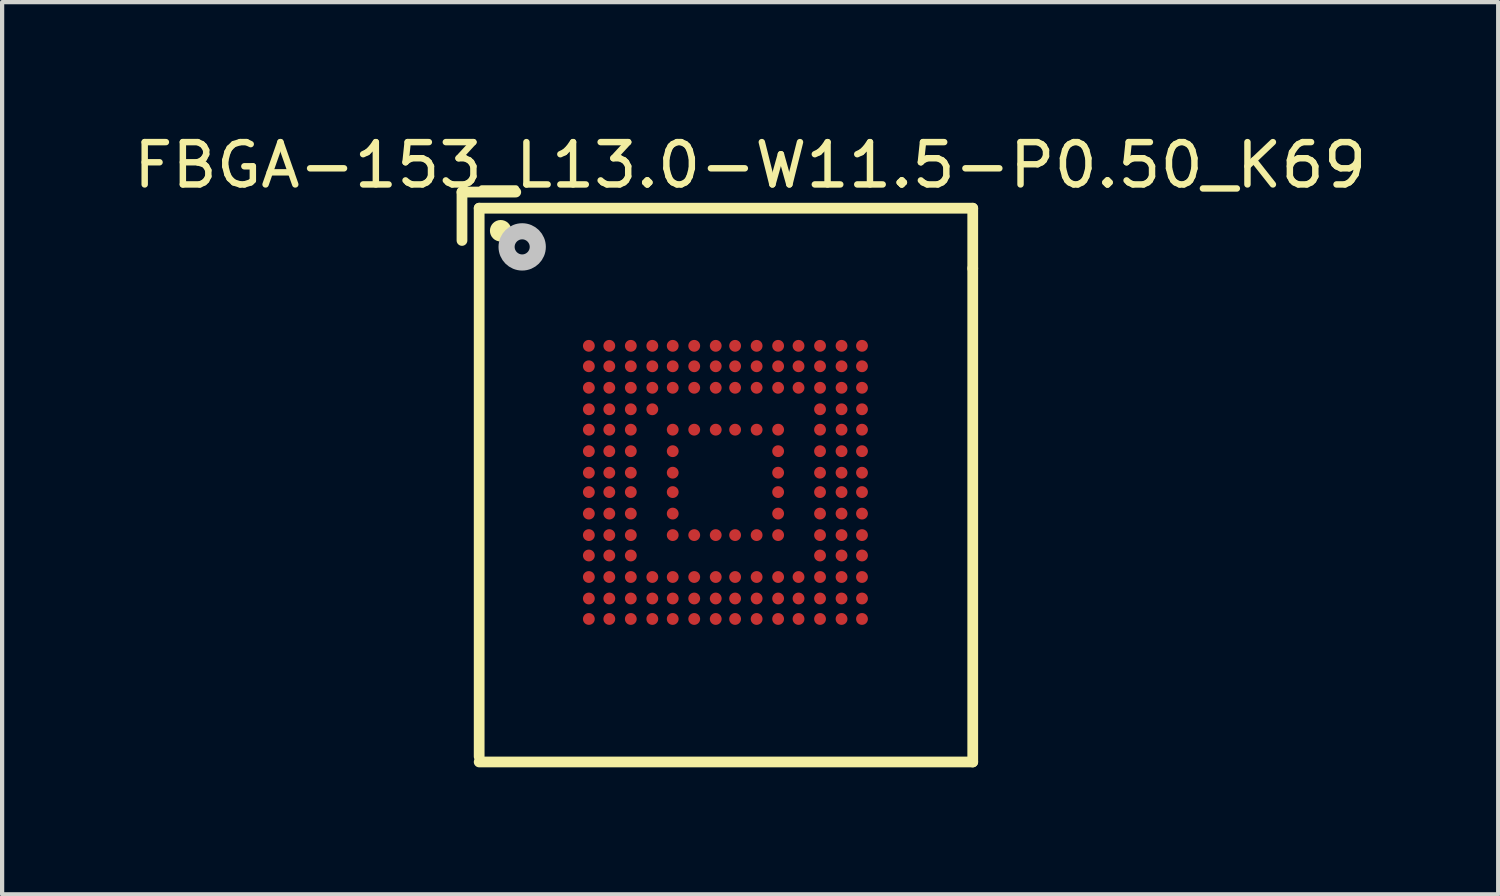
<source format=kicad_pcb>
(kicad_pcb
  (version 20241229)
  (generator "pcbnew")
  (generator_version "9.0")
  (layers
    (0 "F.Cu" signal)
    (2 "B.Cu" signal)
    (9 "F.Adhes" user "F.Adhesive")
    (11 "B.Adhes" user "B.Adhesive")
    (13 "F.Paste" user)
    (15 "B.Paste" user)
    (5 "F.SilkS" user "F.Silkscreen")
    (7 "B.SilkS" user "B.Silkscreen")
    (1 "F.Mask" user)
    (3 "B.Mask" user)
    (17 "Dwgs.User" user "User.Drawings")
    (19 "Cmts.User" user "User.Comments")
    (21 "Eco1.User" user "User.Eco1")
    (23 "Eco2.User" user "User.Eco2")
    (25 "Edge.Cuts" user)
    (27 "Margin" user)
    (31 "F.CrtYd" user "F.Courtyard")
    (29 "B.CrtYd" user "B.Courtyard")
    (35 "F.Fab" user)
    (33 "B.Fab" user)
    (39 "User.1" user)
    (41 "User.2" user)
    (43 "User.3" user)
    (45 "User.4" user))
  (footprint "FBGA-153_L13.0-W11.5-P0.50_K69"
    (layer "F.Cu")
    (at 14.086 8.345)
    (property "Reference" "FBGA-153_L13.0-W11.5-P0.50_K69" (at 0.584 -7.493 0) (unlocked yes) (layer "F.SilkS") (effects (font (size 1 1.052) (thickness 0.152))))
    (attr smd)
    (fp_line (start -6.223 -6.858) (end -4.953 -6.858) (stroke (width 0.254) (type solid)) (layer "F.SilkS"))
    (fp_line (start -6.223 -5.715) (end -6.223 -6.858) (stroke (width 0.254) (type solid)) (layer "F.SilkS"))
    (fp_line (start -5.817 -6.477) (end 5.842 -6.477) (stroke (width 0.254) (type solid)) (layer "F.SilkS"))
    (fp_line (start -5.817 6.477) (end -5.817 -6.477) (stroke (width 0.254) (type solid)) (layer "F.SilkS"))
    (fp_line (start -5.817 6.604) (end 5.842 6.604) (stroke (width 0.254) (type solid)) (layer "F.SilkS"))
    (fp_line (start 5.842 -5.055) (end 5.842 -6.477) (stroke (width 0.254) (type solid)) (layer "F.SilkS"))
    (fp_line (start 5.842 6.604) (end 5.842 -5.055) (stroke (width 0.254) (type solid)) (layer "F.SilkS"))
    (fp_circle (center -5.309 -5.944) (end -5.182 -5.944) (stroke (width 0.254) (type solid)) (fill no) (layer "F.SilkS"))
    (fp_circle (center -4.801 -5.563) (end -4.623 -5.563) (stroke (width 0.381) (type solid)) (fill no) (layer "Dwgs.User"))
    (pad "A1" smd circle (at -3.226 -3.226) (size 0.279 0.279) (layers "F.Cu" "F.Mask" "F.Paste"))
    (pad "A2" smd circle (at -2.743 -3.226) (size 0.279 0.279) (layers "F.Cu" "F.Mask" "F.Paste"))
    (pad "A3" smd circle (at -2.235 -3.226) (size 0.279 0.279) (layers "F.Cu" "F.Mask" "F.Paste"))
    (pad "A4" smd circle (at -1.727 -3.226) (size 0.279 0.279) (layers "F.Cu" "F.Mask" "F.Paste"))
    (pad "A5" smd circle (at -1.245 -3.226) (size 0.279 0.279) (layers "F.Cu" "F.Mask" "F.Paste"))
    (pad "A6" smd circle (at -0.737 -3.226) (size 0.279 0.279) (layers "F.Cu" "F.Mask" "F.Paste"))
    (pad "A7" smd circle (at -0.229 -3.226) (size 0.279 0.279) (layers "F.Cu" "F.Mask" "F.Paste"))
    (pad "A8" smd circle (at 0.229 -3.226) (size 0.279 0.279) (layers "F.Cu" "F.Mask" "F.Paste"))
    (pad "A9" smd circle (at 0.737 -3.226) (size 0.279 0.279) (layers "F.Cu" "F.Mask" "F.Paste"))
    (pad "A10" smd circle (at 1.245 -3.226) (size 0.279 0.279) (layers "F.Cu" "F.Mask" "F.Paste"))
    (pad "A11" smd circle (at 1.727 -3.226) (size 0.279 0.279) (layers "F.Cu" "F.Mask" "F.Paste"))
    (pad "A12" smd circle (at 2.235 -3.226) (size 0.279 0.279) (layers "F.Cu" "F.Mask" "F.Paste"))
    (pad "A13" smd circle (at 2.743 -3.226) (size 0.279 0.279) (layers "F.Cu" "F.Mask" "F.Paste"))
    (pad "A14" smd circle (at 3.226 -3.226) (size 0.279 0.279) (layers "F.Cu" "F.Mask" "F.Paste"))
    (pad "B1" smd circle (at -3.226 -2.743) (size 0.279 0.279) (layers "F.Cu" "F.Mask" "F.Paste"))
    (pad "B2" smd circle (at -2.743 -2.743) (size 0.279 0.279) (layers "F.Cu" "F.Mask" "F.Paste"))
    (pad "B3" smd circle (at -2.235 -2.743) (size 0.279 0.279) (layers "F.Cu" "F.Mask" "F.Paste"))
    (pad "B4" smd circle (at -1.727 -2.743) (size 0.279 0.279) (layers "F.Cu" "F.Mask" "F.Paste"))
    (pad "B5" smd circle (at -1.245 -2.743) (size 0.279 0.279) (layers "F.Cu" "F.Mask" "F.Paste"))
    (pad "B6" smd circle (at -0.737 -2.743) (size 0.279 0.279) (layers "F.Cu" "F.Mask" "F.Paste"))
    (pad "B7" smd circle (at -0.229 -2.743) (size 0.279 0.279) (layers "F.Cu" "F.Mask" "F.Paste"))
    (pad "B8" smd circle (at 0.229 -2.743) (size 0.279 0.279) (layers "F.Cu" "F.Mask" "F.Paste"))
    (pad "B9" smd circle (at 0.737 -2.743) (size 0.279 0.279) (layers "F.Cu" "F.Mask" "F.Paste"))
    (pad "B10" smd circle (at 1.245 -2.743) (size 0.279 0.279) (layers "F.Cu" "F.Mask" "F.Paste"))
    (pad "B11" smd circle (at 1.727 -2.743) (size 0.279 0.279) (layers "F.Cu" "F.Mask" "F.Paste"))
    (pad "B12" smd circle (at 2.235 -2.743) (size 0.279 0.279) (layers "F.Cu" "F.Mask" "F.Paste"))
    (pad "B13" smd circle (at 2.743 -2.743) (size 0.279 0.279) (layers "F.Cu" "F.Mask" "F.Paste"))
    (pad "B14" smd circle (at 3.226 -2.743) (size 0.279 0.279) (layers "F.Cu" "F.Mask" "F.Paste"))
    (pad "C1" smd circle (at -3.226 -2.235) (size 0.279 0.279) (layers "F.Cu" "F.Mask" "F.Paste"))
    (pad "C2" smd circle (at -2.743 -2.235) (size 0.279 0.279) (layers "F.Cu" "F.Mask" "F.Paste"))
    (pad "C3" smd circle (at -2.235 -2.235) (size 0.279 0.279) (layers "F.Cu" "F.Mask" "F.Paste"))
    (pad "C4" smd circle (at -1.727 -2.235) (size 0.279 0.279) (layers "F.Cu" "F.Mask" "F.Paste"))
    (pad "C5" smd circle (at -1.245 -2.235) (size 0.279 0.279) (layers "F.Cu" "F.Mask" "F.Paste"))
    (pad "C6" smd circle (at -0.737 -2.235) (size 0.279 0.279) (layers "F.Cu" "F.Mask" "F.Paste"))
    (pad "C7" smd circle (at -0.229 -2.235) (size 0.279 0.279) (layers "F.Cu" "F.Mask" "F.Paste"))
    (pad "C8" smd circle (at 0.229 -2.235) (size 0.279 0.279) (layers "F.Cu" "F.Mask" "F.Paste"))
    (pad "C9" smd circle (at 0.737 -2.235) (size 0.279 0.279) (layers "F.Cu" "F.Mask" "F.Paste"))
    (pad "C10" smd circle (at 1.245 -2.235) (size 0.279 0.279) (layers "F.Cu" "F.Mask" "F.Paste"))
    (pad "C11" smd circle (at 1.727 -2.235) (size 0.279 0.279) (layers "F.Cu" "F.Mask" "F.Paste"))
    (pad "C12" smd circle (at 2.235 -2.235) (size 0.279 0.279) (layers "F.Cu" "F.Mask" "F.Paste"))
    (pad "C13" smd circle (at 2.743 -2.235) (size 0.279 0.279) (layers "F.Cu" "F.Mask" "F.Paste"))
    (pad "C14" smd circle (at 3.226 -2.235) (size 0.279 0.279) (layers "F.Cu" "F.Mask" "F.Paste"))
    (pad "D1" smd circle (at -3.226 -1.727) (size 0.279 0.279) (layers "F.Cu" "F.Mask" "F.Paste"))
    (pad "D2" smd circle (at -2.743 -1.727) (size 0.279 0.279) (layers "F.Cu" "F.Mask" "F.Paste"))
    (pad "D3" smd circle (at -2.235 -1.727) (size 0.279 0.279) (layers "F.Cu" "F.Mask" "F.Paste"))
    (pad "D4" smd circle (at -1.727 -1.727) (size 0.279 0.279) (layers "F.Cu" "F.Mask" "F.Paste"))
    (pad "D12" smd circle (at 2.235 -1.727) (size 0.279 0.279) (layers "F.Cu" "F.Mask" "F.Paste"))
    (pad "D13" smd circle (at 2.743 -1.727) (size 0.279 0.279) (layers "F.Cu" "F.Mask" "F.Paste"))
    (pad "D14" smd circle (at 3.226 -1.727) (size 0.279 0.279) (layers "F.Cu" "F.Mask" "F.Paste"))
    (pad "E1" smd circle (at -3.226 -1.245) (size 0.279 0.279) (layers "F.Cu" "F.Mask" "F.Paste"))
    (pad "E2" smd circle (at -2.743 -1.245) (size 0.279 0.279) (layers "F.Cu" "F.Mask" "F.Paste"))
    (pad "E3" smd circle (at -2.235 -1.245) (size 0.279 0.279) (layers "F.Cu" "F.Mask" "F.Paste"))
    (pad "E5" smd circle (at -1.245 -1.245) (size 0.279 0.279) (layers "F.Cu" "F.Mask" "F.Paste"))
    (pad "E6" smd circle (at -0.737 -1.245) (size 0.279 0.279) (layers "F.Cu" "F.Mask" "F.Paste"))
    (pad "E7" smd circle (at -0.229 -1.245) (size 0.279 0.279) (layers "F.Cu" "F.Mask" "F.Paste"))
    (pad "E8" smd circle (at 0.229 -1.245) (size 0.279 0.279) (layers "F.Cu" "F.Mask" "F.Paste"))
    (pad "E9" smd circle (at 0.737 -1.245) (size 0.279 0.279) (layers "F.Cu" "F.Mask" "F.Paste"))
    (pad "E10" smd circle (at 1.245 -1.245) (size 0.279 0.279) (layers "F.Cu" "F.Mask" "F.Paste"))
    (pad "E12" smd circle (at 2.235 -1.245) (size 0.279 0.279) (layers "F.Cu" "F.Mask" "F.Paste"))
    (pad "E13" smd circle (at 2.743 -1.245) (size 0.279 0.279) (layers "F.Cu" "F.Mask" "F.Paste"))
    (pad "E14" smd circle (at 3.226 -1.245) (size 0.279 0.279) (layers "F.Cu" "F.Mask" "F.Paste"))
    (pad "F1" smd circle (at -3.226 -0.737) (size 0.279 0.279) (layers "F.Cu" "F.Mask" "F.Paste"))
    (pad "F2" smd circle (at -2.743 -0.737) (size 0.279 0.279) (layers "F.Cu" "F.Mask" "F.Paste"))
    (pad "F3" smd circle (at -2.235 -0.737) (size 0.279 0.279) (layers "F.Cu" "F.Mask" "F.Paste"))
    (pad "F5" smd circle (at -1.245 -0.737) (size 0.279 0.279) (layers "F.Cu" "F.Mask" "F.Paste"))
    (pad "F10" smd circle (at 1.245 -0.737) (size 0.279 0.279) (layers "F.Cu" "F.Mask" "F.Paste"))
    (pad "F12" smd circle (at 2.235 -0.737) (size 0.279 0.279) (layers "F.Cu" "F.Mask" "F.Paste"))
    (pad "F13" smd circle (at 2.743 -0.737) (size 0.279 0.279) (layers "F.Cu" "F.Mask" "F.Paste"))
    (pad "F14" smd circle (at 3.226 -0.737) (size 0.279 0.279) (layers "F.Cu" "F.Mask" "F.Paste"))
    (pad "G1" smd circle (at -3.226 -0.229) (size 0.279 0.279) (layers "F.Cu" "F.Mask" "F.Paste"))
    (pad "G2" smd circle (at -2.743 -0.229) (size 0.279 0.279) (layers "F.Cu" "F.Mask" "F.Paste"))
    (pad "G3" smd circle (at -2.235 -0.229) (size 0.279 0.279) (layers "F.Cu" "F.Mask" "F.Paste"))
    (pad "G5" smd circle (at -1.245 -0.229) (size 0.279 0.279) (layers "F.Cu" "F.Mask" "F.Paste"))
    (pad "G10" smd circle (at 1.245 -0.229) (size 0.279 0.279) (layers "F.Cu" "F.Mask" "F.Paste"))
    (pad "G12" smd circle (at 2.235 -0.229) (size 0.279 0.279) (layers "F.Cu" "F.Mask" "F.Paste"))
    (pad "G13" smd circle (at 2.743 -0.229) (size 0.279 0.279) (layers "F.Cu" "F.Mask" "F.Paste"))
    (pad "G14" smd circle (at 3.226 -0.229) (size 0.279 0.279) (layers "F.Cu" "F.Mask" "F.Paste"))
    (pad "H1" smd circle (at -3.226 0.229) (size 0.279 0.279) (layers "F.Cu" "F.Mask" "F.Paste"))
    (pad "H2" smd circle (at -2.743 0.229) (size 0.279 0.279) (layers "F.Cu" "F.Mask" "F.Paste"))
    (pad "H3" smd circle (at -2.235 0.229) (size 0.279 0.279) (layers "F.Cu" "F.Mask" "F.Paste"))
    (pad "H5" smd circle (at -1.245 0.229) (size 0.279 0.279) (layers "F.Cu" "F.Mask" "F.Paste"))
    (pad "H10" smd circle (at 1.245 0.229) (size 0.279 0.279) (layers "F.Cu" "F.Mask" "F.Paste"))
    (pad "H12" smd circle (at 2.235 0.229) (size 0.279 0.279) (layers "F.Cu" "F.Mask" "F.Paste"))
    (pad "H13" smd circle (at 2.743 0.229) (size 0.279 0.279) (layers "F.Cu" "F.Mask" "F.Paste"))
    (pad "H14" smd circle (at 3.226 0.229) (size 0.279 0.279) (layers "F.Cu" "F.Mask" "F.Paste"))
    (pad "J1" smd circle (at -3.226 0.737) (size 0.279 0.279) (layers "F.Cu" "F.Mask" "F.Paste"))
    (pad "J2" smd circle (at -2.743 0.737) (size 0.279 0.279) (layers "F.Cu" "F.Mask" "F.Paste"))
    (pad "J3" smd circle (at -2.235 0.737) (size 0.279 0.279) (layers "F.Cu" "F.Mask" "F.Paste"))
    (pad "J5" smd circle (at -1.245 0.737) (size 0.279 0.279) (layers "F.Cu" "F.Mask" "F.Paste"))
    (pad "J10" smd circle (at 1.245 0.737) (size 0.279 0.279) (layers "F.Cu" "F.Mask" "F.Paste"))
    (pad "J12" smd circle (at 2.235 0.737) (size 0.279 0.279) (layers "F.Cu" "F.Mask" "F.Paste"))
    (pad "J13" smd circle (at 2.743 0.737) (size 0.279 0.279) (layers "F.Cu" "F.Mask" "F.Paste"))
    (pad "J14" smd circle (at 3.226 0.737) (size 0.279 0.279) (layers "F.Cu" "F.Mask" "F.Paste"))
    (pad "K1" smd circle (at -3.226 1.245) (size 0.279 0.279) (layers "F.Cu" "F.Mask" "F.Paste"))
    (pad "K2" smd circle (at -2.743 1.245) (size 0.279 0.279) (layers "F.Cu" "F.Mask" "F.Paste"))
    (pad "K3" smd circle (at -2.235 1.245) (size 0.279 0.279) (layers "F.Cu" "F.Mask" "F.Paste"))
    (pad "K5" smd circle (at -1.245 1.245) (size 0.279 0.279) (layers "F.Cu" "F.Mask" "F.Paste"))
    (pad "K6" smd circle (at -0.737 1.245) (size 0.279 0.279) (layers "F.Cu" "F.Mask" "F.Paste"))
    (pad "K7" smd circle (at -0.229 1.245) (size 0.279 0.279) (layers "F.Cu" "F.Mask" "F.Paste"))
    (pad "K8" smd circle (at 0.229 1.245) (size 0.279 0.279) (layers "F.Cu" "F.Mask" "F.Paste"))
    (pad "K9" smd circle (at 0.737 1.245) (size 0.279 0.279) (layers "F.Cu" "F.Mask" "F.Paste"))
    (pad "K10" smd circle (at 1.245 1.245) (size 0.279 0.279) (layers "F.Cu" "F.Mask" "F.Paste"))
    (pad "K12" smd circle (at 2.235 1.245) (size 0.279 0.279) (layers "F.Cu" "F.Mask" "F.Paste"))
    (pad "K13" smd circle (at 2.743 1.245) (size 0.279 0.279) (layers "F.Cu" "F.Mask" "F.Paste"))
    (pad "K14" smd circle (at 3.226 1.245) (size 0.279 0.279) (layers "F.Cu" "F.Mask" "F.Paste"))
    (pad "L1" smd circle (at -3.226 1.727) (size 0.279 0.279) (layers "F.Cu" "F.Mask" "F.Paste"))
    (pad "L2" smd circle (at -2.743 1.727) (size 0.279 0.279) (layers "F.Cu" "F.Mask" "F.Paste"))
    (pad "L3" smd circle (at -2.235 1.727) (size 0.279 0.279) (layers "F.Cu" "F.Mask" "F.Paste"))
    (pad "L12" smd circle (at 2.235 1.727) (size 0.279 0.279) (layers "F.Cu" "F.Mask" "F.Paste"))
    (pad "L13" smd circle (at 2.743 1.727) (size 0.279 0.279) (layers "F.Cu" "F.Mask" "F.Paste"))
    (pad "L14" smd circle (at 3.226 1.727) (size 0.279 0.279) (layers "F.Cu" "F.Mask" "F.Paste"))
    (pad "M1" smd circle (at -3.226 2.235) (size 0.279 0.279) (layers "F.Cu" "F.Mask" "F.Paste"))
    (pad "M2" smd circle (at -2.743 2.235) (size 0.279 0.279) (layers "F.Cu" "F.Mask" "F.Paste"))
    (pad "M3" smd circle (at -2.235 2.235) (size 0.279 0.279) (layers "F.Cu" "F.Mask" "F.Paste"))
    (pad "M4" smd circle (at -1.727 2.235) (size 0.279 0.279) (layers "F.Cu" "F.Mask" "F.Paste"))
    (pad "M5" smd circle (at -1.245 2.235) (size 0.279 0.279) (layers "F.Cu" "F.Mask" "F.Paste"))
    (pad "M6" smd circle (at -0.737 2.235) (size 0.279 0.279) (layers "F.Cu" "F.Mask" "F.Paste"))
    (pad "M7" smd circle (at -0.229 2.235) (size 0.279 0.279) (layers "F.Cu" "F.Mask" "F.Paste"))
    (pad "M8" smd circle (at 0.229 2.235) (size 0.279 0.279) (layers "F.Cu" "F.Mask" "F.Paste"))
    (pad "M9" smd circle (at 0.737 2.235) (size 0.279 0.279) (layers "F.Cu" "F.Mask" "F.Paste"))
    (pad "M10" smd circle (at 1.245 2.235) (size 0.279 0.279) (layers "F.Cu" "F.Mask" "F.Paste"))
    (pad "M11" smd circle (at 1.727 2.235) (size 0.279 0.279) (layers "F.Cu" "F.Mask" "F.Paste"))
    (pad "M12" smd circle (at 2.235 2.235) (size 0.279 0.279) (layers "F.Cu" "F.Mask" "F.Paste"))
    (pad "M13" smd circle (at 2.743 2.235) (size 0.279 0.279) (layers "F.Cu" "F.Mask" "F.Paste"))
    (pad "M14" smd circle (at 3.226 2.235) (size 0.279 0.279) (layers "F.Cu" "F.Mask" "F.Paste"))
    (pad "N1" smd circle (at -3.226 2.743) (size 0.279 0.279) (layers "F.Cu" "F.Mask" "F.Paste"))
    (pad "N2" smd circle (at -2.743 2.743) (size 0.279 0.279) (layers "F.Cu" "F.Mask" "F.Paste"))
    (pad "N3" smd circle (at -2.235 2.743) (size 0.279 0.279) (layers "F.Cu" "F.Mask" "F.Paste"))
    (pad "N4" smd circle (at -1.727 2.743) (size 0.279 0.279) (layers "F.Cu" "F.Mask" "F.Paste"))
    (pad "N5" smd circle (at -1.245 2.743) (size 0.279 0.279) (layers "F.Cu" "F.Mask" "F.Paste"))
    (pad "N6" smd circle (at -0.737 2.743) (size 0.279 0.279) (layers "F.Cu" "F.Mask" "F.Paste"))
    (pad "N7" smd circle (at -0.229 2.743) (size 0.279 0.279) (layers "F.Cu" "F.Mask" "F.Paste"))
    (pad "N8" smd circle (at 0.229 2.743) (size 0.279 0.279) (layers "F.Cu" "F.Mask" "F.Paste"))
    (pad "N9" smd circle (at 0.737 2.743) (size 0.279 0.279) (layers "F.Cu" "F.Mask" "F.Paste"))
    (pad "N10" smd circle (at 1.245 2.743) (size 0.279 0.279) (layers "F.Cu" "F.Mask" "F.Paste"))
    (pad "N11" smd circle (at 1.727 2.743) (size 0.279 0.279) (layers "F.Cu" "F.Mask" "F.Paste"))
    (pad "N12" smd circle (at 2.235 2.743) (size 0.279 0.279) (layers "F.Cu" "F.Mask" "F.Paste"))
    (pad "N13" smd circle (at 2.743 2.743) (size 0.279 0.279) (layers "F.Cu" "F.Mask" "F.Paste"))
    (pad "N14" smd circle (at 3.226 2.743) (size 0.279 0.279) (layers "F.Cu" "F.Mask" "F.Paste"))
    (pad "P1" smd circle (at -3.226 3.226) (size 0.279 0.279) (layers "F.Cu" "F.Mask" "F.Paste"))
    (pad "P2" smd circle (at -2.743 3.226) (size 0.279 0.279) (layers "F.Cu" "F.Mask" "F.Paste"))
    (pad "P3" smd circle (at -2.235 3.226) (size 0.279 0.279) (layers "F.Cu" "F.Mask" "F.Paste"))
    (pad "P4" smd circle (at -1.727 3.226) (size 0.279 0.279) (layers "F.Cu" "F.Mask" "F.Paste"))
    (pad "P5" smd circle (at -1.245 3.226) (size 0.279 0.279) (layers "F.Cu" "F.Mask" "F.Paste"))
    (pad "P6" smd circle (at -0.737 3.226) (size 0.279 0.279) (layers "F.Cu" "F.Mask" "F.Paste"))
    (pad "P7" smd circle (at -0.229 3.226) (size 0.279 0.279) (layers "F.Cu" "F.Mask" "F.Paste"))
    (pad "P8" smd circle (at 0.229 3.226) (size 0.279 0.279) (layers "F.Cu" "F.Mask" "F.Paste"))
    (pad "P9" smd circle (at 0.737 3.226) (size 0.279 0.279) (layers "F.Cu" "F.Mask" "F.Paste"))
    (pad "P10" smd circle (at 1.245 3.226) (size 0.279 0.279) (layers "F.Cu" "F.Mask" "F.Paste"))
    (pad "P11" smd circle (at 1.727 3.226) (size 0.279 0.279) (layers "F.Cu" "F.Mask" "F.Paste"))
    (pad "P12" smd circle (at 2.235 3.226) (size 0.279 0.279) (layers "F.Cu" "F.Mask" "F.Paste"))
    (pad "P13" smd circle (at 2.743 3.226) (size 0.279 0.279) (layers "F.Cu" "F.Mask" "F.Paste"))
    (pad "P14" smd circle (at 3.226 3.226) (size 0.279 0.279) (layers "F.Cu" "F.Mask" "F.Paste")))
  (gr_rect
    (start -3 -3)
    (end 32.34 18.076)
    (stroke (width 0.1) (type default))
    (fill no)
    (layer "Edge.Cuts")))
</source>
